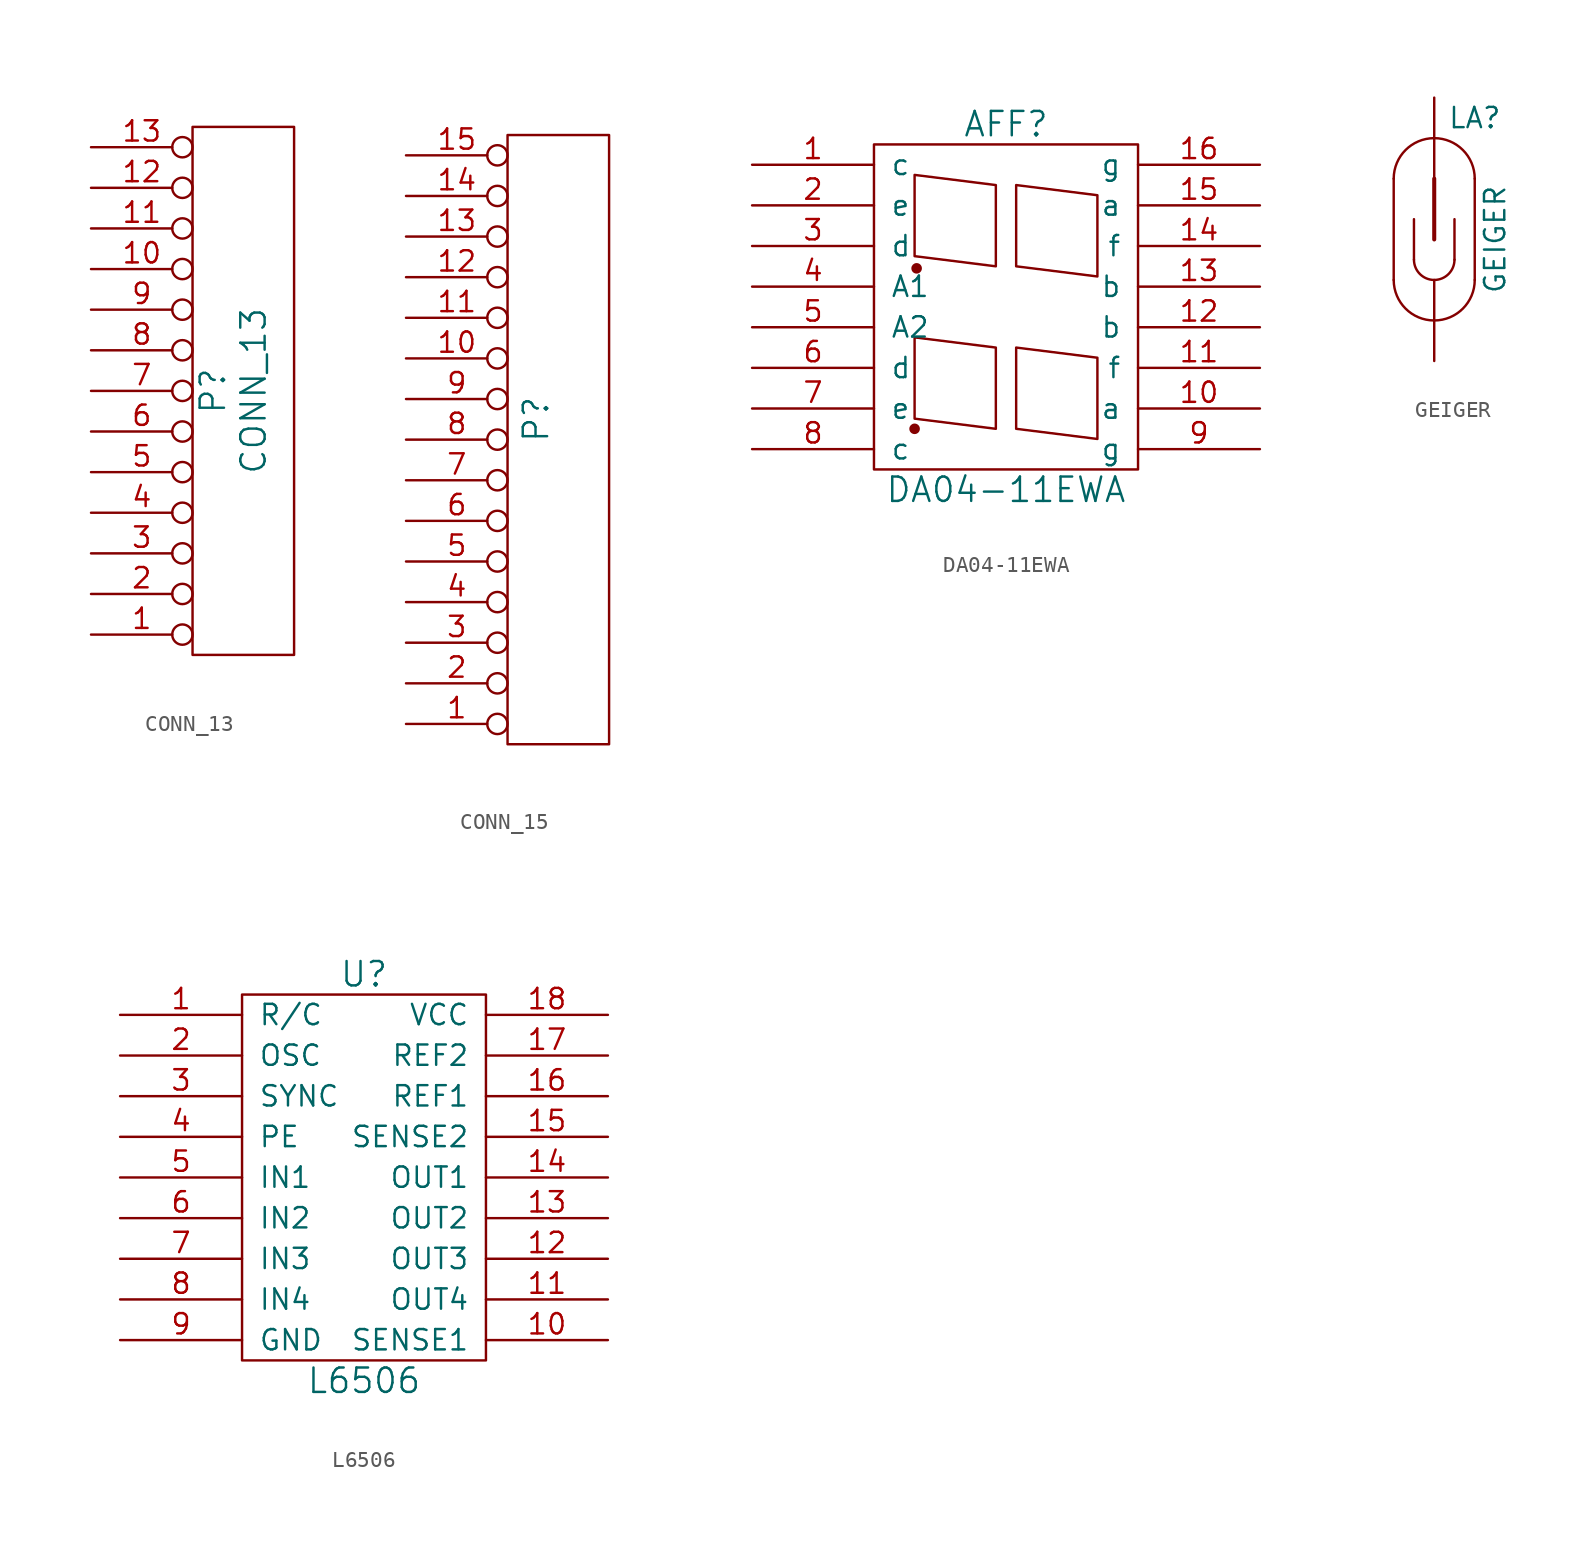
<source format=kicad_sym>
(kicad_symbol_lib
  (version 20211014)
  (generator kicad_symbol_editor)
  (symbol "CONN_13"
    (pin_names
      (offset 1.016) hide)
    (property "Reference" "P"
      (at -1.27 0 90)
      (effects (font (size 1.524 1.524))))
    (property "Value" "CONN_13"
      (at 1.27 0 90)
      (effects (font (size 1.524 1.524))))
    (property "Footprint" ""
      (at 0 1.27 0)
      (effects (font (size 1.524 1.524))))
    (property "Datasheet" ""
      (at 0 1.27 0)
      (effects (font (size 1.524 1.524))))
    (symbol "CONN_13_0_1"
      (rectangle (start -2.54 16.51) (end 3.81 -16.51) (stroke (width 0) (type default) (color 0 0 0 0)) (fill (type none))))
    (symbol "CONN_13_1_1"
      (pin passive inverted (at -8.89 -15.24 0) (length 6.35) (name "P14" (effects (font (size 1.27 1.27)))) (number "1" (effects (font (size 1.27 1.27)))))
      (pin passive inverted (at -8.89 7.62 0) (length 6.35) (name "P5" (effects (font (size 1.27 1.27)))) (number "10" (effects (font (size 1.27 1.27)))))
      (pin passive inverted (at -8.89 10.16 0) (length 6.35) (name "P4" (effects (font (size 1.27 1.27)))) (number "11" (effects (font (size 1.27 1.27)))))
      (pin passive inverted (at -8.89 12.7 0) (length 6.35) (name "P3" (effects (font (size 1.27 1.27)))) (number "12" (effects (font (size 1.27 1.27)))))
      (pin passive inverted (at -8.89 15.24 0) (length 6.35) (name "P2" (effects (font (size 1.27 1.27)))) (number "13" (effects (font (size 1.27 1.27)))))
      (pin passive inverted (at -8.89 -12.7 0) (length 6.35) (name "P13" (effects (font (size 1.27 1.27)))) (number "2" (effects (font (size 1.27 1.27)))))
      (pin passive inverted (at -8.89 -10.16 0) (length 6.35) (name "P12" (effects (font (size 1.27 1.27)))) (number "3" (effects (font (size 1.27 1.27)))))
      (pin passive inverted (at -8.89 -7.62 0) (length 6.35) (name "P11" (effects (font (size 1.27 1.27)))) (number "4" (effects (font (size 1.27 1.27)))))
      (pin passive inverted (at -8.89 -5.08 0) (length 6.35) (name "P10" (effects (font (size 1.27 1.27)))) (number "5" (effects (font (size 1.27 1.27)))))
      (pin passive inverted (at -8.89 -2.54 0) (length 6.35) (name "P9" (effects (font (size 1.27 1.27)))) (number "6" (effects (font (size 1.27 1.27)))))
      (pin passive inverted (at -8.89 0 0) (length 6.35) (name "P8" (effects (font (size 1.27 1.27)))) (number "7" (effects (font (size 1.27 1.27)))))
      (pin passive inverted (at -8.89 2.54 0) (length 6.35) (name "P7" (effects (font (size 1.27 1.27)))) (number "8" (effects (font (size 1.27 1.27)))))
      (pin passive inverted (at -8.89 5.08 0) (length 6.35) (name "P6" (effects (font (size 1.27 1.27)))) (number "9" (effects (font (size 1.27 1.27)))))))
  (symbol "CONN_15"
    (pin_names
      (offset 1.016) hide)
    (property "Reference" "P"
      (at -0.762 1.27 90)
      (effects (font (size 1.524 1.524))))
    (property "Footprint" ""
      (at 0 1.27 0)
      (effects (font (size 1.524 1.524))))
    (property "Datasheet" ""
      (at 0 1.27 0)
      (effects (font (size 1.524 1.524))))
    (symbol "CONN_15_0_1"
      (rectangle (start -2.54 19.05) (end 3.81 -19.05) (stroke (width 0) (type default) (color 0 0 0 0)) (fill (type none))))
    (symbol "CONN_15_1_1"
      (pin passive inverted (at -8.89 -17.78 0) (length 6.35) (name "P15" (effects (font (size 1.27 1.27)))) (number "1" (effects (font (size 1.27 1.27)))))
      (pin passive inverted (at -8.89 5.08 0) (length 6.35) (name "P6" (effects (font (size 1.27 1.27)))) (number "10" (effects (font (size 1.27 1.27)))))
      (pin passive inverted (at -8.89 7.62 0) (length 6.35) (name "P5" (effects (font (size 1.27 1.27)))) (number "11" (effects (font (size 1.27 1.27)))))
      (pin passive inverted (at -8.89 10.16 0) (length 6.35) (name "P4" (effects (font (size 1.27 1.27)))) (number "12" (effects (font (size 1.27 1.27)))))
      (pin passive inverted (at -8.89 12.7 0) (length 6.35) (name "P3" (effects (font (size 1.27 1.27)))) (number "13" (effects (font (size 1.27 1.27)))))
      (pin passive inverted (at -8.89 15.24 0) (length 6.35) (name "P2" (effects (font (size 1.27 1.27)))) (number "14" (effects (font (size 1.27 1.27)))))
      (pin passive inverted (at -8.89 17.78 0) (length 6.35) (name "P1" (effects (font (size 1.27 1.27)))) (number "15" (effects (font (size 1.27 1.27)))))
      (pin passive inverted (at -8.89 -15.24 0) (length 6.35) (name "P14" (effects (font (size 1.27 1.27)))) (number "2" (effects (font (size 1.27 1.27)))))
      (pin passive inverted (at -8.89 -12.7 0) (length 6.35) (name "P13" (effects (font (size 1.27 1.27)))) (number "3" (effects (font (size 1.27 1.27)))))
      (pin passive inverted (at -8.89 -10.16 0) (length 6.35) (name "P12" (effects (font (size 1.27 1.27)))) (number "4" (effects (font (size 1.27 1.27)))))
      (pin passive inverted (at -8.89 -7.62 0) (length 6.35) (name "P11" (effects (font (size 1.27 1.27)))) (number "5" (effects (font (size 1.27 1.27)))))
      (pin passive inverted (at -8.89 -5.08 0) (length 6.35) (name "P10" (effects (font (size 1.27 1.27)))) (number "6" (effects (font (size 1.27 1.27)))))
      (pin passive inverted (at -8.89 -2.54 0) (length 6.35) (name "P9" (effects (font (size 1.27 1.27)))) (number "7" (effects (font (size 1.27 1.27)))))
      (pin passive inverted (at -8.89 0 0) (length 6.35) (name "P8" (effects (font (size 1.27 1.27)))) (number "8" (effects (font (size 1.27 1.27)))))
      (pin passive inverted (at -8.89 2.54 0) (length 6.35) (name "P7" (effects (font (size 1.27 1.27)))) (number "9" (effects (font (size 1.27 1.27)))))))
  (symbol "DA04-11EWA"
    (pin_names
      (offset 1.016))
    (property "Reference" "AFF"
      (at 0 11.43 0)
      (effects (font (size 1.524 1.524))))
    (property "Value" "DA04-11EWA"
      (at 0 -11.43 0)
      (effects (font (size 1.524 1.524))))
    (property "Footprint" ""
      (at 0 0 0)
      (effects (font (size 1.524 1.524))))
    (property "Datasheet" ""
      (at 0 0 0)
      (effects (font (size 1.524 1.524))))
    (symbol "DA04-11EWA_0_1"
      (rectangle (start -8.255 10.16) (end 8.255 -10.16) (stroke (width 0) (type default) (color 0 0 0 0)) (fill (type none)))
      (circle (center -5.715 -7.62) (radius 0.254) (stroke (width 0) (type default) (color 0 0 0 0)) (fill (type outline)))
      (circle (center -5.588 2.413) (radius 0.254) (stroke (width 0) (type default) (color 0 0 0 0)) (fill (type outline)))
      (polyline (pts (xy -5.715 8.255) (xy -0.635 7.62) (xy -0.635 2.54) (xy -5.715 3.175) (xy -5.715 8.255)) (stroke (width 0) (type default) (color 0 0 0 0)) (fill (type none)))
      (polyline (pts (xy 0.635 -2.54) (xy 5.715 -3.175) (xy 5.715 -8.255) (xy 0.635 -7.62) (xy 0.635 -2.54)) (stroke (width 0) (type default) (color 0 0 0 0)) (fill (type none)))
      (polyline (pts (xy 0.635 7.62) (xy 5.715 6.985) (xy 5.715 1.905) (xy 0.635 2.54) (xy 0.635 7.62)) (stroke (width 0) (type default) (color 0 0 0 0)) (fill (type none)))
      (polyline (pts (xy -5.715 -1.905) (xy -0.635 -2.54) (xy -0.635 -7.62) (xy -5.715 -6.985) (xy -5.715 -1.905) (xy -5.715 -1.905)) (stroke (width 0) (type default) (color 0 0 0 0)) (fill (type none))))
    (symbol "DA04-11EWA_1_1"
      (pin input line (at -15.875 8.89 0) (length 7.62) (name "c" (effects (font (size 1.27 1.27)))) (number "1" (effects (font (size 1.27 1.27)))))
      (pin input line (at 15.875 -6.35 180) (length 7.62) (name "a" (effects (font (size 1.27 1.27)))) (number "10" (effects (font (size 1.27 1.27)))))
      (pin input line (at 15.875 -3.81 180) (length 7.62) (name "f" (effects (font (size 1.27 1.27)))) (number "11" (effects (font (size 1.27 1.27)))))
      (pin input line (at 15.875 -1.27 180) (length 7.62) (name "b" (effects (font (size 1.27 1.27)))) (number "12" (effects (font (size 1.27 1.27)))))
      (pin input line (at 15.875 1.27 180) (length 7.62) (name "b" (effects (font (size 1.27 1.27)))) (number "13" (effects (font (size 1.27 1.27)))))
      (pin input line (at 15.875 3.81 180) (length 7.62) (name "f" (effects (font (size 1.27 1.27)))) (number "14" (effects (font (size 1.27 1.27)))))
      (pin input line (at 15.875 6.35 180) (length 7.62) (name "a" (effects (font (size 1.27 1.27)))) (number "15" (effects (font (size 1.27 1.27)))))
      (pin input line (at 15.875 8.89 180) (length 7.62) (name "g" (effects (font (size 1.27 1.27)))) (number "16" (effects (font (size 1.27 1.27)))))
      (pin input line (at -15.875 6.35 0) (length 7.62) (name "e" (effects (font (size 1.27 1.27)))) (number "2" (effects (font (size 1.27 1.27)))))
      (pin input line (at -15.875 3.81 0) (length 7.62) (name "d" (effects (font (size 1.27 1.27)))) (number "3" (effects (font (size 1.27 1.27)))))
      (pin input line (at -15.875 1.27 0) (length 7.62) (name "A1" (effects (font (size 1.27 1.27)))) (number "4" (effects (font (size 1.27 1.27)))))
      (pin input line (at -15.875 -1.27 0) (length 7.62) (name "A2" (effects (font (size 1.27 1.27)))) (number "5" (effects (font (size 1.27 1.27)))))
      (pin input line (at -15.875 -3.81 0) (length 7.62) (name "d" (effects (font (size 1.27 1.27)))) (number "6" (effects (font (size 1.27 1.27)))))
      (pin input line (at -15.875 -6.35 0) (length 7.62) (name "e" (effects (font (size 1.27 1.27)))) (number "7" (effects (font (size 1.27 1.27)))))
      (pin input line (at -15.875 -8.89 0) (length 7.62) (name "c" (effects (font (size 1.27 1.27)))) (number "8" (effects (font (size 1.27 1.27)))))
      (pin input line (at 15.875 -8.89 180) (length 7.62) (name "g" (effects (font (size 1.27 1.27)))) (number "9" (effects (font (size 1.27 1.27)))))))
  (symbol "GEIGER"
    (pin_numbers hide)
    (pin_names
      (offset 0) hide)
    (property "Reference" "LA"
      (at 2.54 7.62 0)
      (effects (font (size 1.27 1.27))))
    (property "Value" "GEIGER"
      (at 3.81 0 90)
      (effects (font (size 1.27 1.27))))
    (symbol "GEIGER_0_1"
      (arc (start -2.54 -2.54) (mid 0 -5.08) (end 2.54 -2.54) (stroke (width 0) (type default) (color 0 0 0 0)) (fill (type none)))
      (arc (start -1.27 -1.27) (mid 0 -2.54) (end 1.27 -1.27) (stroke (width 0) (type default) (color 0 0 0 0)) (fill (type none)))
      (polyline (pts (xy -2.54 3.81) (xy -2.54 -2.54)) (stroke (width 0) (type default) (color 0 0 0 0)) (fill (type none)))
      (polyline (pts (xy -1.27 -1.27) (xy -1.27 1.27)) (stroke (width 0) (type default) (color 0 0 0 0)) (fill (type none)))
      (polyline (pts (xy 0 3.81) (xy 0 0)) (stroke (width 0.254) (type default) (color 0 0 0 0)) (fill (type none)))
      (polyline (pts (xy 1.27 1.27) (xy 1.27 -1.27)) (stroke (width 0) (type default) (color 0 0 0 0)) (fill (type none)))
      (polyline (pts (xy 2.54 3.81) (xy 2.54 -2.54)) (stroke (width 0) (type default) (color 0 0 0 0)) (fill (type none)))
      (arc (start 2.54 3.81) (mid 0 6.35) (end -2.54 3.81) (stroke (width 0) (type default) (color 0 0 0 0)) (fill (type none))))
    (symbol "GEIGER_1_1"
      (pin input line (at 0 8.89 270) (length 5.08) (name "1" (effects (font (size 1.27 1.27)))) (number "1" (effects (font (size 1.27 1.27)))))
      (pin input line (at 0 -7.62 90) (length 5.08) (name "2" (effects (font (size 1.27 1.27)))) (number "2" (effects (font (size 1.27 1.27)))))))
  (symbol "L6506"
    (pin_names
      (offset 1.016))
    (property "Reference" "U"
      (at 0 12.7 0)
      (effects (font (size 1.524 1.524))))
    (property "Value" "L6506"
      (at 0 -12.7 0)
      (effects (font (size 1.524 1.524))))
    (property "Footprint" ""
      (at 0 0 0)
      (effects (font (size 1.524 1.524))))
    (property "Datasheet" ""
      (at 0 0 0)
      (effects (font (size 1.524 1.524))))
    (symbol "L6506_0_1"
      (rectangle (start -7.62 11.43) (end 7.62 -11.43) (stroke (width 0) (type default) (color 0 0 0 0)) (fill (type none))))
    (symbol "L6506_1_1"
      (pin input line (at -15.24 10.16 0) (length 7.62) (name "R/C" (effects (font (size 1.27 1.27)))) (number "1" (effects (font (size 1.27 1.27)))))
      (pin bidirectional line (at 15.24 -10.16 180) (length 7.62) (name "SENSE1" (effects (font (size 1.27 1.27)))) (number "10" (effects (font (size 1.27 1.27)))))
      (pin bidirectional line (at 15.24 -7.62 180) (length 7.62) (name "OUT4" (effects (font (size 1.27 1.27)))) (number "11" (effects (font (size 1.27 1.27)))))
      (pin bidirectional line (at 15.24 -5.08 180) (length 7.62) (name "OUT3" (effects (font (size 1.27 1.27)))) (number "12" (effects (font (size 1.27 1.27)))))
      (pin bidirectional line (at 15.24 -2.54 180) (length 7.62) (name "OUT2" (effects (font (size 1.27 1.27)))) (number "13" (effects (font (size 1.27 1.27)))))
      (pin bidirectional line (at 15.24 0 180) (length 7.62) (name "OUT1" (effects (font (size 1.27 1.27)))) (number "14" (effects (font (size 1.27 1.27)))))
      (pin bidirectional line (at 15.24 2.54 180) (length 7.62) (name "SENSE2" (effects (font (size 1.27 1.27)))) (number "15" (effects (font (size 1.27 1.27)))))
      (pin bidirectional line (at 15.24 5.08 180) (length 7.62) (name "REF1" (effects (font (size 1.27 1.27)))) (number "16" (effects (font (size 1.27 1.27)))))
      (pin bidirectional line (at 15.24 7.62 180) (length 7.62) (name "REF2" (effects (font (size 1.27 1.27)))) (number "17" (effects (font (size 1.27 1.27)))))
      (pin input line (at 15.24 10.16 180) (length 7.62) (name "VCC" (effects (font (size 1.27 1.27)))) (number "18" (effects (font (size 1.27 1.27)))))
      (pin bidirectional line (at -15.24 7.62 0) (length 7.62) (name "OSC" (effects (font (size 1.27 1.27)))) (number "2" (effects (font (size 1.27 1.27)))))
      (pin bidirectional line (at -15.24 5.08 0) (length 7.62) (name "SYNC" (effects (font (size 1.27 1.27)))) (number "3" (effects (font (size 1.27 1.27)))))
      (pin input line (at -15.24 2.54 0) (length 7.62) (name "PE" (effects (font (size 1.27 1.27)))) (number "4" (effects (font (size 1.27 1.27)))))
      (pin input line (at -15.24 0 0) (length 7.62) (name "IN1" (effects (font (size 1.27 1.27)))) (number "5" (effects (font (size 1.27 1.27)))))
      (pin bidirectional line (at -15.24 -2.54 0) (length 7.62) (name "IN2" (effects (font (size 1.27 1.27)))) (number "6" (effects (font (size 1.27 1.27)))))
      (pin bidirectional line (at -15.24 -5.08 0) (length 7.62) (name "IN3" (effects (font (size 1.27 1.27)))) (number "7" (effects (font (size 1.27 1.27)))))
      (pin bidirectional line (at -15.24 -7.62 0) (length 7.62) (name "IN4" (effects (font (size 1.27 1.27)))) (number "8" (effects (font (size 1.27 1.27)))))
      (pin bidirectional line (at -15.24 -10.16 0) (length 7.62) (name "GND" (effects (font (size 1.27 1.27)))) (number "9" (effects (font (size 1.27 1.27))))))))
</source>
